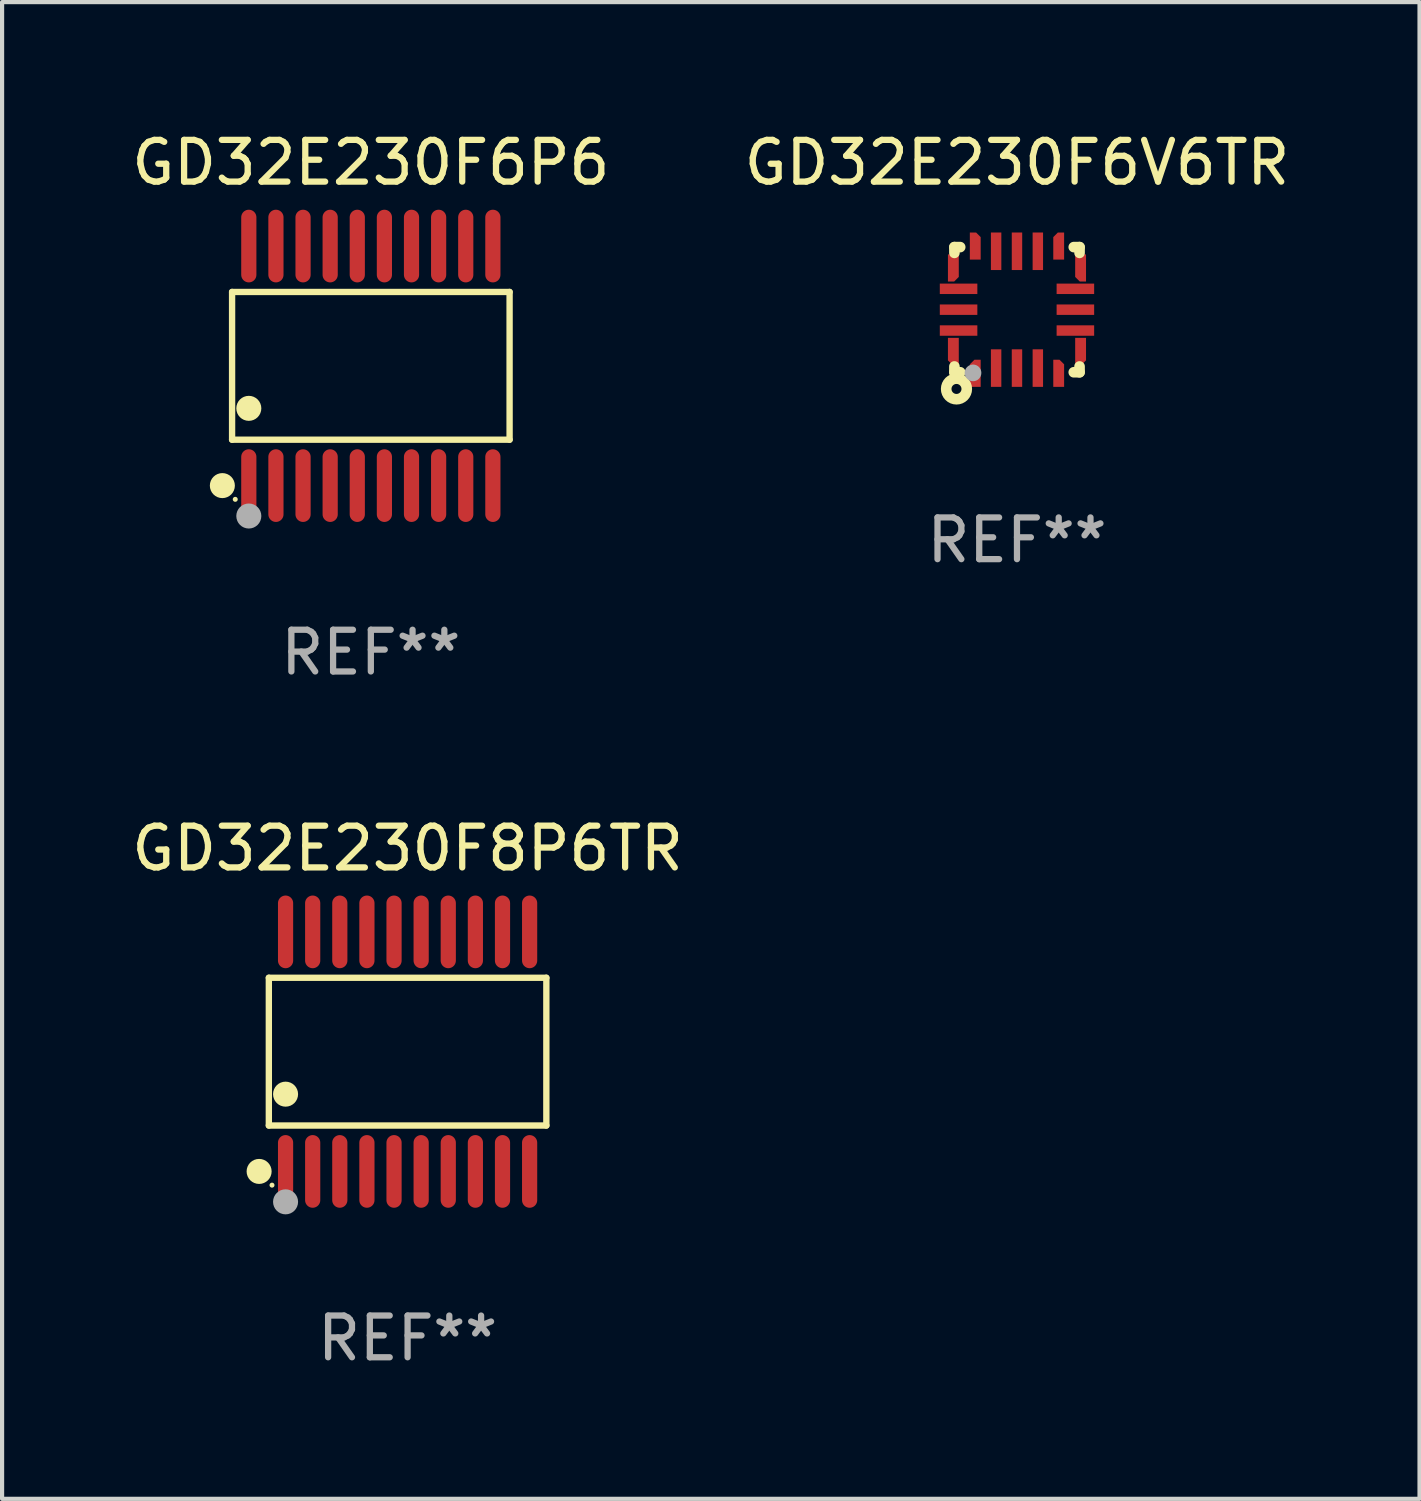
<source format=kicad_pcb>
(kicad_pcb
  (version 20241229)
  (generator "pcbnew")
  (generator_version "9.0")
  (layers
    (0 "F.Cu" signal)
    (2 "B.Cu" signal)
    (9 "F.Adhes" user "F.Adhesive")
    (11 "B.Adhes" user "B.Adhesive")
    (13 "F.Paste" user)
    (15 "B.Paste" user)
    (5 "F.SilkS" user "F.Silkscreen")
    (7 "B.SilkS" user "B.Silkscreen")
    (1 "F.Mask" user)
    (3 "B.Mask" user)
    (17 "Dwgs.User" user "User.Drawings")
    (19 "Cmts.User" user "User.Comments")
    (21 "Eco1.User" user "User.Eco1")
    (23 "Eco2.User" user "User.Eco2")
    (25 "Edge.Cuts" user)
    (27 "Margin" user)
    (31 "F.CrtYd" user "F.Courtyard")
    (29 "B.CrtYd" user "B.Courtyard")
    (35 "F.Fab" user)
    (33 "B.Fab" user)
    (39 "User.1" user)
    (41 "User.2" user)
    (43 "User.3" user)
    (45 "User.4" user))
  (footprint "GD32E230F6P6"
    (layer "F.Cu")
    (at 5.839 5.719)
    (property "Reference" "GD32E230F6P6" (at 0 -4.871 0) (layer "F.SilkS") (effects (font (size 1 1) (thickness 0.15))))
    (attr through_hole)
    (fp_line (start -3.326 -1.771) (end 3.326 -1.771) (stroke (width 0.152) (type solid)) (layer "F.SilkS"))
    (fp_line (start -3.326 1.771) (end -3.326 -1.771) (stroke (width 0.152) (type solid)) (layer "F.SilkS"))
    (fp_line (start 3.326 -1.771) (end 3.326 1.771) (stroke (width 0.152) (type solid)) (layer "F.SilkS"))
    (fp_line (start 3.326 1.771) (end -3.326 1.771) (stroke (width 0.152) (type solid)) (layer "F.SilkS"))
    (fp_circle (center -3.559 2.871) (end -3.409 2.871) (stroke (width 0.3) (type solid)) (fill no) (layer "F.SilkS"))
    (fp_circle (center -3.25 3.2) (end -3.22 3.2) (stroke (width 0.06) (type solid)) (fill no) (layer "F.SilkS"))
    (fp_circle (center -2.925 1.019) (end -2.775 1.019) (stroke (width 0.3) (type solid)) (fill no) (layer "F.SilkS"))
    (fp_circle (center -2.925 3.6) (end -2.775 3.6) (stroke (width 0.3) (type solid)) (fill no) (layer "F.Fab"))
    (fp_text user "REF**" (at 0 6.871 0) (layer "F.Fab") (effects (font (size 1 1) (thickness 0.15))))
    (pad "1" smd oval (at -2.925 2.871) (size 0.364 1.742) (layers "F.Cu" "F.Mask" "F.Paste"))
    (pad "2" smd oval (at -2.275 2.871) (size 0.364 1.742) (layers "F.Cu" "F.Mask" "F.Paste"))
    (pad "3" smd oval (at -1.625 2.871) (size 0.364 1.742) (layers "F.Cu" "F.Mask" "F.Paste"))
    (pad "4" smd oval (at -0.975 2.871) (size 0.364 1.742) (layers "F.Cu" "F.Mask" "F.Paste"))
    (pad "5" smd oval (at -0.325 2.871) (size 0.364 1.742) (layers "F.Cu" "F.Mask" "F.Paste"))
    (pad "6" smd oval (at 0.325 2.871) (size 0.364 1.742) (layers "F.Cu" "F.Mask" "F.Paste"))
    (pad "7" smd oval (at 0.975 2.871) (size 0.364 1.742) (layers "F.Cu" "F.Mask" "F.Paste"))
    (pad "8" smd oval (at 1.625 2.871) (size 0.364 1.742) (layers "F.Cu" "F.Mask" "F.Paste"))
    (pad "9" smd oval (at 2.275 2.871) (size 0.364 1.742) (layers "F.Cu" "F.Mask" "F.Paste"))
    (pad "10" smd oval (at 2.925 2.871) (size 0.364 1.742) (layers "F.Cu" "F.Mask" "F.Paste"))
    (pad "11" smd oval (at 2.925 -2.871) (size 0.364 1.742) (layers "F.Cu" "F.Mask" "F.Paste"))
    (pad "12" smd oval (at 2.275 -2.871) (size 0.364 1.742) (layers "F.Cu" "F.Mask" "F.Paste"))
    (pad "13" smd oval (at 1.625 -2.871) (size 0.364 1.742) (layers "F.Cu" "F.Mask" "F.Paste"))
    (pad "14" smd oval (at 0.975 -2.871) (size 0.364 1.742) (layers "F.Cu" "F.Mask" "F.Paste"))
    (pad "15" smd oval (at 0.325 -2.871) (size 0.364 1.742) (layers "F.Cu" "F.Mask" "F.Paste"))
    (pad "16" smd oval (at -0.325 -2.871) (size 0.364 1.742) (layers "F.Cu" "F.Mask" "F.Paste"))
    (pad "17" smd oval (at -0.975 -2.871) (size 0.364 1.742) (layers "F.Cu" "F.Mask" "F.Paste"))
    (pad "18" smd oval (at -1.625 -2.871) (size 0.364 1.742) (layers "F.Cu" "F.Mask" "F.Paste"))
    (pad "19" smd oval (at -2.275 -2.871) (size 0.364 1.742) (layers "F.Cu" "F.Mask" "F.Paste"))
    (pad "20" smd oval (at -2.925 -2.871) (size 0.364 1.742) (layers "F.Cu" "F.Mask" "F.Paste")))
  (footprint "GD32E230F8P6TR"
    (layer "F.Cu")
    (at 6.72 22.158)
    (property "Reference" "GD32E230F8P6TR" (at 0 -4.871 0) (layer "F.SilkS") (effects (font (size 1 1) (thickness 0.15))))
    (attr through_hole)
    (fp_line (start -3.326 -1.771) (end 3.326 -1.771) (stroke (width 0.152) (type solid)) (layer "F.SilkS"))
    (fp_line (start -3.326 1.771) (end -3.326 -1.771) (stroke (width 0.152) (type solid)) (layer "F.SilkS"))
    (fp_line (start 3.326 -1.771) (end 3.326 1.771) (stroke (width 0.152) (type solid)) (layer "F.SilkS"))
    (fp_line (start 3.326 1.771) (end -3.326 1.771) (stroke (width 0.152) (type solid)) (layer "F.SilkS"))
    (fp_circle (center -3.559 2.871) (end -3.409 2.871) (stroke (width 0.3) (type solid)) (fill no) (layer "F.SilkS"))
    (fp_circle (center -3.25 3.2) (end -3.22 3.2) (stroke (width 0.06) (type solid)) (fill no) (layer "F.SilkS"))
    (fp_circle (center -2.925 1.019) (end -2.775 1.019) (stroke (width 0.3) (type solid)) (fill no) (layer "F.SilkS"))
    (fp_circle (center -2.925 3.6) (end -2.775 3.6) (stroke (width 0.3) (type solid)) (fill no) (layer "F.Fab"))
    (fp_text user "REF**" (at 0 6.871 0) (layer "F.Fab") (effects (font (size 1 1) (thickness 0.15))))
    (pad "1" smd oval (at -2.925 2.871) (size 0.364 1.742) (layers "F.Cu" "F.Mask" "F.Paste"))
    (pad "2" smd oval (at -2.275 2.871) (size 0.364 1.742) (layers "F.Cu" "F.Mask" "F.Paste"))
    (pad "3" smd oval (at -1.625 2.871) (size 0.364 1.742) (layers "F.Cu" "F.Mask" "F.Paste"))
    (pad "4" smd oval (at -0.975 2.871) (size 0.364 1.742) (layers "F.Cu" "F.Mask" "F.Paste"))
    (pad "5" smd oval (at -0.325 2.871) (size 0.364 1.742) (layers "F.Cu" "F.Mask" "F.Paste"))
    (pad "6" smd oval (at 0.325 2.871) (size 0.364 1.742) (layers "F.Cu" "F.Mask" "F.Paste"))
    (pad "7" smd oval (at 0.975 2.871) (size 0.364 1.742) (layers "F.Cu" "F.Mask" "F.Paste"))
    (pad "8" smd oval (at 1.625 2.871) (size 0.364 1.742) (layers "F.Cu" "F.Mask" "F.Paste"))
    (pad "9" smd oval (at 2.275 2.871) (size 0.364 1.742) (layers "F.Cu" "F.Mask" "F.Paste"))
    (pad "10" smd oval (at 2.925 2.871) (size 0.364 1.742) (layers "F.Cu" "F.Mask" "F.Paste"))
    (pad "11" smd oval (at 2.925 -2.871) (size 0.364 1.742) (layers "F.Cu" "F.Mask" "F.Paste"))
    (pad "12" smd oval (at 2.275 -2.871) (size 0.364 1.742) (layers "F.Cu" "F.Mask" "F.Paste"))
    (pad "13" smd oval (at 1.625 -2.871) (size 0.364 1.742) (layers "F.Cu" "F.Mask" "F.Paste"))
    (pad "14" smd oval (at 0.975 -2.871) (size 0.364 1.742) (layers "F.Cu" "F.Mask" "F.Paste"))
    (pad "15" smd oval (at 0.325 -2.871) (size 0.364 1.742) (layers "F.Cu" "F.Mask" "F.Paste"))
    (pad "16" smd oval (at -0.325 -2.871) (size 0.364 1.742) (layers "F.Cu" "F.Mask" "F.Paste"))
    (pad "17" smd oval (at -0.975 -2.871) (size 0.364 1.742) (layers "F.Cu" "F.Mask" "F.Paste"))
    (pad "18" smd oval (at -1.625 -2.871) (size 0.364 1.742) (layers "F.Cu" "F.Mask" "F.Paste"))
    (pad "19" smd oval (at -2.275 -2.871) (size 0.364 1.742) (layers "F.Cu" "F.Mask" "F.Paste"))
    (pad "20" smd oval (at -2.925 -2.871) (size 0.364 1.742) (layers "F.Cu" "F.Mask" "F.Paste")))
  (footprint "GD32E230F6V6TR"
    (layer "F.Cu")
    (at 21.327 4.373)
    (property "Reference" "GD32E230F6V6TR" (at 0 -3.525 0) (layer "F.SilkS") (effects (font (size 1 1) (thickness 0.15))))
    (attr through_hole)
    (fp_line (start -1.5 -1.5) (end -1.361 -1.5) (stroke (width 0.254) (type solid)) (layer "F.SilkS"))
    (fp_line (start -1.5 -1.361) (end -1.5 -1.5) (stroke (width 0.254) (type solid)) (layer "F.SilkS"))
    (fp_line (start -1.5 1.5) (end -1.5 1.361) (stroke (width 0.254) (type solid)) (layer "F.SilkS"))
    (fp_line (start -1.361 1.5) (end -1.5 1.5) (stroke (width 0.254) (type solid)) (layer "F.SilkS"))
    (fp_line (start 1.361 -1.5) (end 1.5 -1.5) (stroke (width 0.254) (type solid)) (layer "F.SilkS"))
    (fp_line (start 1.5 -1.5) (end 1.5 -1.361) (stroke (width 0.254) (type solid)) (layer "F.SilkS"))
    (fp_line (start 1.5 1.361) (end 1.5 1.5) (stroke (width 0.254) (type solid)) (layer "F.SilkS"))
    (fp_line (start 1.5 1.5) (end 1.361 1.5) (stroke (width 0.254) (type solid)) (layer "F.SilkS"))
    (fp_circle (center -1.5 1.5) (end -1.47 1.5) (stroke (width 0.06) (type solid)) (fill no) (layer "F.SilkS"))
    (fp_circle (center -1.45 1.9) (end -1.33 1.9) (stroke (width 0.254) (type solid)) (fill no) (layer "F.SilkS"))
    (fp_circle (center -1.054 1.515) (end -0.954 1.515) (stroke (width 0.2) (type solid)) (fill no) (layer "F.Fab"))
    (fp_text user "REF**" (at 0 5.525 0) (layer "F.Fab") (effects (font (size 1 1) (thickness 0.15))))
    (pad "1" smd custom (at -1 1.525) (size 0.26 0.65) (layers "F.Cu" "F.Mask" "F.Paste") (options (anchor circle)) (primitives (gr_poly (pts (xy -0.13 0.325) (xy 0.13 0.325) (xy 0.13 -0.325) (xy -0.02 -0.325) (xy -0.13 -0.215)) (width 0) (fill yes))))
    (pad "2" smd rect (at -0.5 1.4) (size 0.25 0.9) (layers "F.Cu" "F.Mask" "F.Paste"))
    (pad "3" smd rect (at 0.000076 1.4) (size 0.25 0.9) (layers "F.Cu" "F.Mask" "F.Paste"))
    (pad "4" smd rect (at 0.5 1.4) (size 0.25 0.9) (layers "F.Cu" "F.Mask" "F.Paste"))
    (pad "5" smd custom (at 1 1.525) (size 0.26 0.65) (layers "F.Cu" "F.Mask" "F.Paste") (options (anchor circle)) (primitives (gr_poly (pts (xy 0.13 0.325) (xy -0.13 0.325) (xy -0.13 -0.325) (xy 0.02 -0.325) (xy 0.13 -0.215)) (width 0) (fill yes))))
    (pad "6" smd custom (at 1.525 1 90) (size 0.26 0.65) (layers "F.Cu" "F.Mask" "F.Paste") (options (anchor circle)) (primitives (gr_poly (pts (xy 0.325 0.13) (xy 0.325 -0.13) (xy -0.325 -0.13) (xy -0.325 0.02) (xy -0.215 0.13)) (width 0) (fill yes))))
    (pad "7" smd rect (at 1.4 0.5 90) (size 0.25 0.9) (layers "F.Cu" "F.Mask" "F.Paste"))
    (pad "8" smd rect (at 1.4 0.000025 90) (size 0.25 0.9) (layers "F.Cu" "F.Mask" "F.Paste"))
    (pad "9" smd rect (at 1.4 -0.5 90) (size 0.25 0.9) (layers "F.Cu" "F.Mask" "F.Paste"))
    (pad "10" smd custom (at 1.525 -1 90) (size 0.26 0.65) (layers "F.Cu" "F.Mask" "F.Paste") (options (anchor circle)) (primitives (gr_poly (pts (xy 0.325 -0.13) (xy 0.325 0.13) (xy -0.325 0.13) (xy -0.325 -0.02) (xy -0.215 -0.13)) (width 0) (fill yes))))
    (pad "11" smd custom (at 1 -1.525 180) (size 0.26 0.65) (layers "F.Cu" "F.Mask" "F.Paste") (options (anchor circle)) (primitives (gr_poly (pts (xy 0.13 -0.325) (xy -0.13 -0.325) (xy -0.13 0.325) (xy 0.02 0.325) (xy 0.13 0.215)) (width 0) (fill yes))))
    (pad "12" smd rect (at 0.5 -1.4 180) (size 0.25 0.9) (layers "F.Cu" "F.Mask" "F.Paste"))
    (pad "13" smd rect (at 0.000076 -1.4 180) (size 0.25 0.9) (layers "F.Cu" "F.Mask" "F.Paste"))
    (pad "14" smd rect (at -0.5 -1.4 180) (size 0.25 0.9) (layers "F.Cu" "F.Mask" "F.Paste"))
    (pad "15" smd custom (at -1 -1.525 180) (size 0.26 0.65) (layers "F.Cu" "F.Mask" "F.Paste") (options (anchor circle)) (primitives (gr_poly (pts (xy -0.13 -0.325) (xy 0.13 -0.325) (xy 0.13 0.325) (xy -0.02 0.325) (xy -0.13 0.215)) (width 0) (fill yes))))
    (pad "16" smd custom (at -1.525 -1 270) (size 0.26 0.65) (layers "F.Cu" "F.Mask" "F.Paste") (options (anchor circle)) (primitives (gr_poly (pts (xy -0.325 -0.13) (xy -0.325 0.13) (xy 0.325 0.13) (xy 0.325 -0.02) (xy 0.215 -0.13)) (width 0) (fill yes))))
    (pad "17" smd rect (at -1.4 -0.5 270) (size 0.25 0.9) (layers "F.Cu" "F.Mask" "F.Paste"))
    (pad "18" smd rect (at -1.4 0.000025 270) (size 0.25 0.9) (layers "F.Cu" "F.Mask" "F.Paste"))
    (pad "19" smd rect (at -1.4 0.5 270) (size 0.25 0.9) (layers "F.Cu" "F.Mask" "F.Paste"))
    (pad "20" smd custom (at -1.525 1 270) (size 0.26 0.65) (layers "F.Cu" "F.Mask" "F.Paste") (options (anchor circle)) (primitives (gr_poly (pts (xy -0.325 0.13) (xy -0.325 -0.13) (xy 0.325 -0.13) (xy 0.325 0.02) (xy 0.215 0.13)) (width 0) (fill yes)))))
  (gr_rect
    (start -3 -3)
    (end 30.976 32.877)
    (stroke (width 0.1) (type default))
    (fill no)
    (layer "Edge.Cuts")))
</source>
